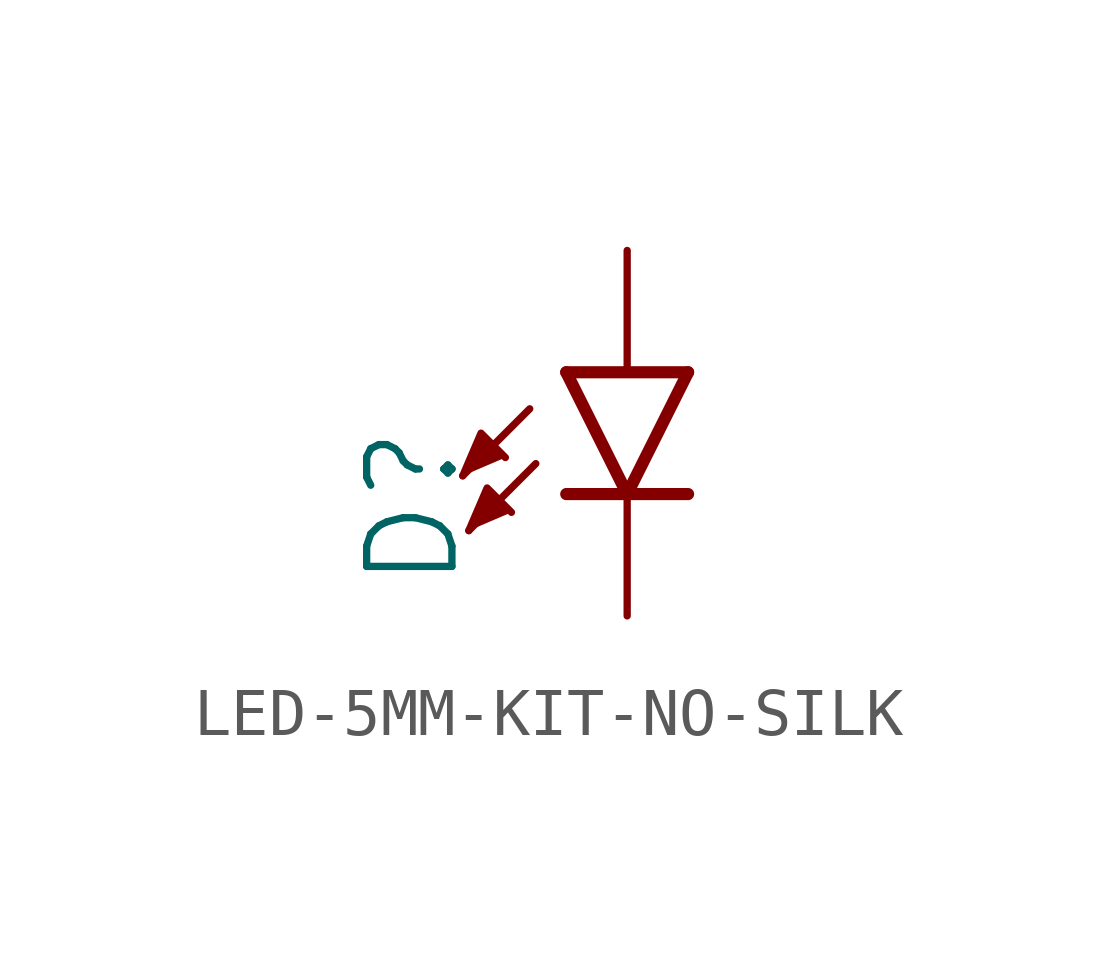
<source format=kicad_sym>
(kicad_symbol_lib
  (version 20231120)
  (generator "kicad_symbol_editor")
  (generator_version "8.0")
  (symbol "LED-5MM-KIT-NO-SILK"
    (property "Reference" "D"
      (at -3.429 -4.572 90)
      (effects (font (size 1.778 1.778)) (justify left bottom)))
    (property "Value" ""
      (at 1.905 -4.572 90)
      (effects (font (size 1.778 1.778)) (justify left top)))
    (property "ki_locked" ""
      (at 0 0 0)
      (effects (font (size 1.27 1.27))))
    (symbol "LED-5MM-KIT-NO-SILK_1_0"
      (polyline (pts (xy -2.032 -0.762) (xy -3.429 -2.159)) (stroke (width 0.152) (type solid)) (fill (type none)))
      (polyline (pts (xy -1.905 -1.905) (xy -3.302 -3.302)) (stroke (width 0.152) (type solid)) (fill (type none)))
      (polyline (pts (xy 0 -2.54) (xy -1.27 -2.54)) (stroke (width 0.254) (type solid)) (fill (type none)))
      (polyline (pts (xy 0 -2.54) (xy -1.27 0)) (stroke (width 0.254) (type solid)) (fill (type none)))
      (polyline (pts (xy 1.27 -2.54) (xy 0 -2.54)) (stroke (width 0.254) (type solid)) (fill (type none)))
      (polyline (pts (xy 1.27 0) (xy -1.27 0)) (stroke (width 0.254) (type solid)) (fill (type none)))
      (polyline (pts (xy 1.27 0) (xy 0 -2.54)) (stroke (width 0.254) (type solid)) (fill (type none)))
      (polyline (pts (xy -3.429 -2.159) (xy -3.048 -1.27) (xy -2.54 -1.778)) (stroke (width 0.152) (type solid)) (fill (type outline)))
      (polyline (pts (xy -3.302 -3.302) (xy -2.921 -2.413) (xy -2.413 -2.921)) (stroke (width 0.152) (type solid)) (fill (type outline)))
      (pin passive line (at 0 2.54 270) (length 2.54) (name "A" (effects (font (size 0 0)))) (number "A" (effects (font (size 0 0)))))
      (pin passive line (at 0 -5.08 90) (length 2.54) (name "C" (effects (font (size 0 0)))) (number "K" (effects (font (size 0 0))))))))
</source>
